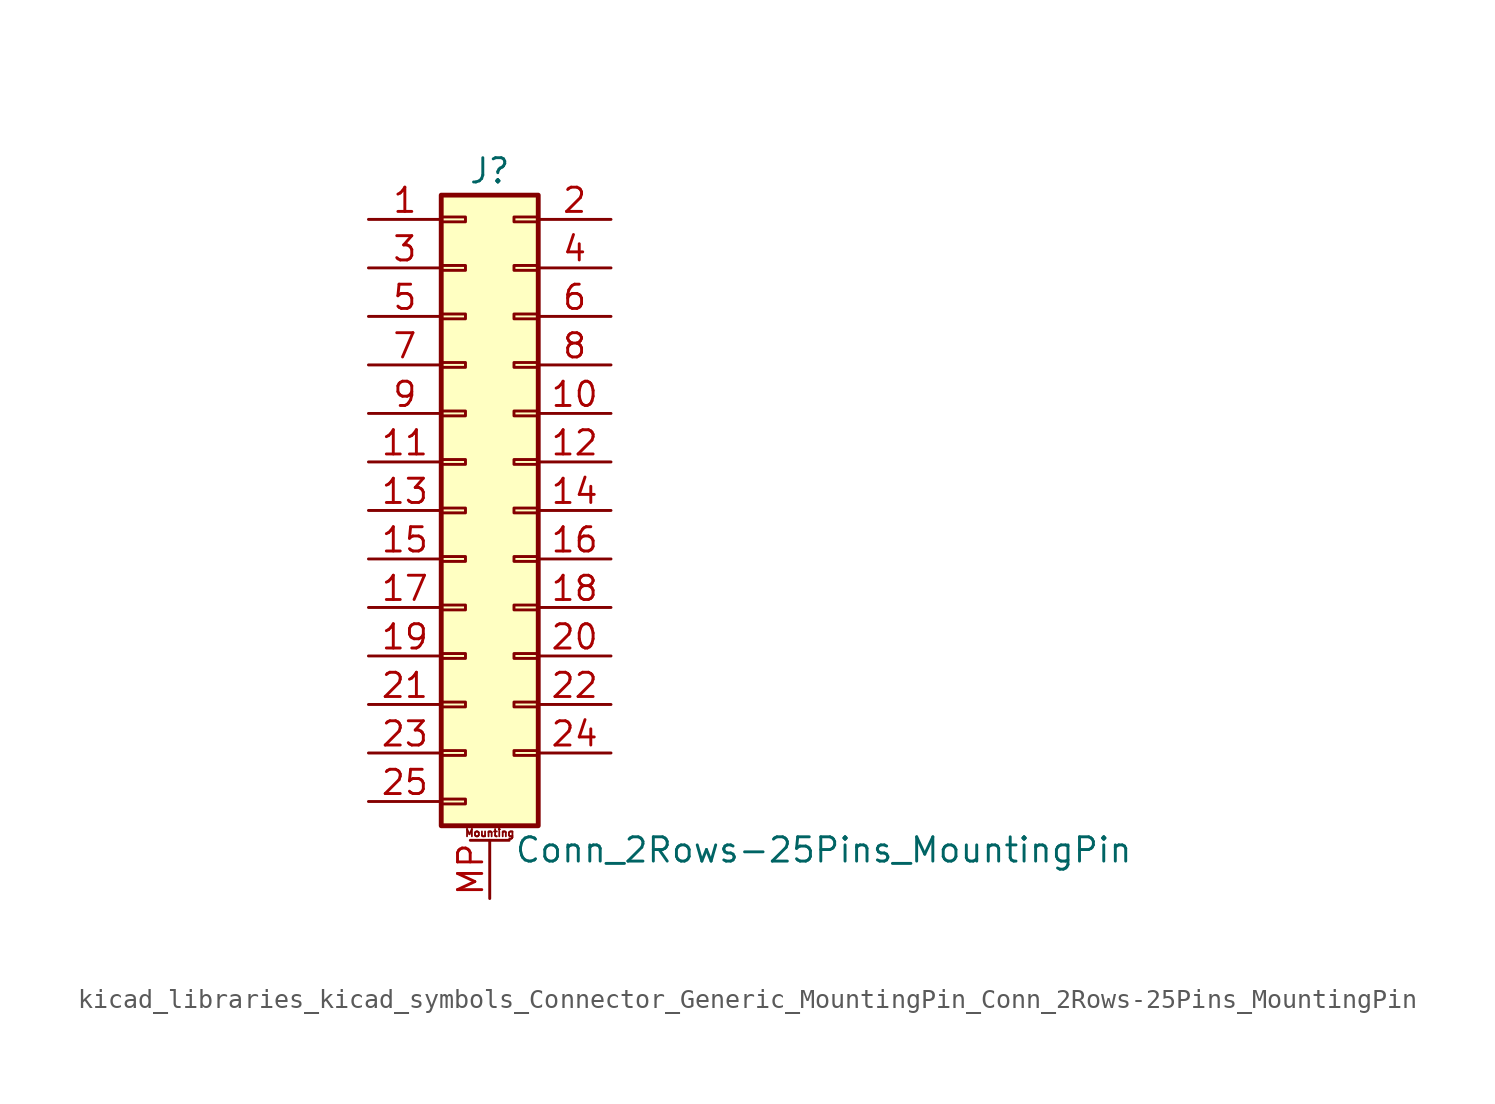
<source format=kicad_sym>
(kicad_symbol_lib
  (version 20220914)
  (generator kicad_symbol_editor)
  (symbol "kicad_libraries_kicad_symbols_Connector_Generic_MountingPin_Conn_2Rows-25Pins_MountingPin"
    (pin_names
      (offset 1.016) hide)
    (property "Reference" "J"
      (at 1.27 17.78 0)
      (effects (font (size 1.27 1.27))))
    (property "Value" "Conn_2Rows-25Pins_MountingPin"
      (at 2.54 -17.78 0)
      (effects (font (size 1.27 1.27)) (justify left)))
    (symbol "kicad_libraries_kicad_symbols_Connector_Generic_MountingPin_Conn_2Rows-25Pins_MountingPin_1_1"
      (rectangle (start -1.27 -15.113) (end 0 -15.367) (stroke (width 0.152) (type default)) (fill (type none)))
      (rectangle (start -1.27 -12.573) (end 0 -12.827) (stroke (width 0.152) (type default)) (fill (type none)))
      (rectangle (start -1.27 -10.033) (end 0 -10.287) (stroke (width 0.152) (type default)) (fill (type none)))
      (rectangle (start -1.27 -7.493) (end 0 -7.747) (stroke (width 0.152) (type default)) (fill (type none)))
      (rectangle (start -1.27 -4.953) (end 0 -5.207) (stroke (width 0.152) (type default)) (fill (type none)))
      (rectangle (start -1.27 -2.413) (end 0 -2.667) (stroke (width 0.152) (type default)) (fill (type none)))
      (rectangle (start -1.27 0.127) (end 0 -0.127) (stroke (width 0.152) (type default)) (fill (type none)))
      (rectangle (start -1.27 2.667) (end 0 2.413) (stroke (width 0.152) (type default)) (fill (type none)))
      (rectangle (start -1.27 5.207) (end 0 4.953) (stroke (width 0.152) (type default)) (fill (type none)))
      (rectangle (start -1.27 7.747) (end 0 7.493) (stroke (width 0.152) (type default)) (fill (type none)))
      (rectangle (start -1.27 10.287) (end 0 10.033) (stroke (width 0.152) (type default)) (fill (type none)))
      (rectangle (start -1.27 12.827) (end 0 12.573) (stroke (width 0.152) (type default)) (fill (type none)))
      (rectangle (start -1.27 15.367) (end 0 15.113) (stroke (width 0.152) (type default)) (fill (type none)))
      (rectangle (start -1.27 16.51) (end 3.81 -16.51) (stroke (width 0.254) (type default)) (fill (type background)))
      (polyline (pts (xy 0.254 -17.272) (xy 2.286 -17.272)) (stroke (width 0.152) (type default)) (fill (type none)))
      (rectangle (start 3.81 -12.573) (end 2.54 -12.827) (stroke (width 0.152) (type default)) (fill (type none)))
      (rectangle (start 3.81 -10.033) (end 2.54 -10.287) (stroke (width 0.152) (type default)) (fill (type none)))
      (rectangle (start 3.81 -7.493) (end 2.54 -7.747) (stroke (width 0.152) (type default)) (fill (type none)))
      (rectangle (start 3.81 -4.953) (end 2.54 -5.207) (stroke (width 0.152) (type default)) (fill (type none)))
      (rectangle (start 3.81 -2.413) (end 2.54 -2.667) (stroke (width 0.152) (type default)) (fill (type none)))
      (rectangle (start 3.81 0.127) (end 2.54 -0.127) (stroke (width 0.152) (type default)) (fill (type none)))
      (rectangle (start 3.81 2.667) (end 2.54 2.413) (stroke (width 0.152) (type default)) (fill (type none)))
      (rectangle (start 3.81 5.207) (end 2.54 4.953) (stroke (width 0.152) (type default)) (fill (type none)))
      (rectangle (start 3.81 7.747) (end 2.54 7.493) (stroke (width 0.152) (type default)) (fill (type none)))
      (rectangle (start 3.81 10.287) (end 2.54 10.033) (stroke (width 0.152) (type default)) (fill (type none)))
      (rectangle (start 3.81 12.827) (end 2.54 12.573) (stroke (width 0.152) (type default)) (fill (type none)))
      (rectangle (start 3.81 15.367) (end 2.54 15.113) (stroke (width 0.152) (type default)) (fill (type none)))
      (text "Mounting" (at 1.27 -16.891 0) (effects (font (size 0.381 0.381))))
      (pin passive line (at -5.08 15.24 0) (length 3.81) (name "Pin_1" (effects (font (size 1.27 1.27)))) (number "1" (effects (font (size 1.27 1.27)))))
      (pin passive line (at 7.62 5.08 180) (length 3.81) (name "Pin_10" (effects (font (size 1.27 1.27)))) (number "10" (effects (font (size 1.27 1.27)))))
      (pin passive line (at -5.08 2.54 0) (length 3.81) (name "Pin_11" (effects (font (size 1.27 1.27)))) (number "11" (effects (font (size 1.27 1.27)))))
      (pin passive line (at 7.62 2.54 180) (length 3.81) (name "Pin_12" (effects (font (size 1.27 1.27)))) (number "12" (effects (font (size 1.27 1.27)))))
      (pin passive line (at -5.08 0 0) (length 3.81) (name "Pin_13" (effects (font (size 1.27 1.27)))) (number "13" (effects (font (size 1.27 1.27)))))
      (pin passive line (at 7.62 0 180) (length 3.81) (name "Pin_14" (effects (font (size 1.27 1.27)))) (number "14" (effects (font (size 1.27 1.27)))))
      (pin passive line (at -5.08 -2.54 0) (length 3.81) (name "Pin_15" (effects (font (size 1.27 1.27)))) (number "15" (effects (font (size 1.27 1.27)))))
      (pin passive line (at 7.62 -2.54 180) (length 3.81) (name "Pin_16" (effects (font (size 1.27 1.27)))) (number "16" (effects (font (size 1.27 1.27)))))
      (pin passive line (at -5.08 -5.08 0) (length 3.81) (name "Pin_17" (effects (font (size 1.27 1.27)))) (number "17" (effects (font (size 1.27 1.27)))))
      (pin passive line (at 7.62 -5.08 180) (length 3.81) (name "Pin_18" (effects (font (size 1.27 1.27)))) (number "18" (effects (font (size 1.27 1.27)))))
      (pin passive line (at -5.08 -7.62 0) (length 3.81) (name "Pin_19" (effects (font (size 1.27 1.27)))) (number "19" (effects (font (size 1.27 1.27)))))
      (pin passive line (at 7.62 15.24 180) (length 3.81) (name "Pin_2" (effects (font (size 1.27 1.27)))) (number "2" (effects (font (size 1.27 1.27)))))
      (pin passive line (at 7.62 -7.62 180) (length 3.81) (name "Pin_20" (effects (font (size 1.27 1.27)))) (number "20" (effects (font (size 1.27 1.27)))))
      (pin passive line (at -5.08 -10.16 0) (length 3.81) (name "Pin_21" (effects (font (size 1.27 1.27)))) (number "21" (effects (font (size 1.27 1.27)))))
      (pin passive line (at 7.62 -10.16 180) (length 3.81) (name "Pin_22" (effects (font (size 1.27 1.27)))) (number "22" (effects (font (size 1.27 1.27)))))
      (pin passive line (at -5.08 -12.7 0) (length 3.81) (name "Pin_23" (effects (font (size 1.27 1.27)))) (number "23" (effects (font (size 1.27 1.27)))))
      (pin passive line (at 7.62 -12.7 180) (length 3.81) (name "Pin_24" (effects (font (size 1.27 1.27)))) (number "24" (effects (font (size 1.27 1.27)))))
      (pin passive line (at -5.08 -15.24 0) (length 3.81) (name "Pin_25" (effects (font (size 1.27 1.27)))) (number "25" (effects (font (size 1.27 1.27)))))
      (pin passive line (at -5.08 12.7 0) (length 3.81) (name "Pin_3" (effects (font (size 1.27 1.27)))) (number "3" (effects (font (size 1.27 1.27)))))
      (pin passive line (at 7.62 12.7 180) (length 3.81) (name "Pin_4" (effects (font (size 1.27 1.27)))) (number "4" (effects (font (size 1.27 1.27)))))
      (pin passive line (at -5.08 10.16 0) (length 3.81) (name "Pin_5" (effects (font (size 1.27 1.27)))) (number "5" (effects (font (size 1.27 1.27)))))
      (pin passive line (at 7.62 10.16 180) (length 3.81) (name "Pin_6" (effects (font (size 1.27 1.27)))) (number "6" (effects (font (size 1.27 1.27)))))
      (pin passive line (at -5.08 7.62 0) (length 3.81) (name "Pin_7" (effects (font (size 1.27 1.27)))) (number "7" (effects (font (size 1.27 1.27)))))
      (pin passive line (at 7.62 7.62 180) (length 3.81) (name "Pin_8" (effects (font (size 1.27 1.27)))) (number "8" (effects (font (size 1.27 1.27)))))
      (pin passive line (at -5.08 5.08 0) (length 3.81) (name "Pin_9" (effects (font (size 1.27 1.27)))) (number "9" (effects (font (size 1.27 1.27)))))
      (pin passive line (at 1.27 -20.32 90) (length 3.048) (name "MountPin" (effects (font (size 1.27 1.27)))) (number "MP" (effects (font (size 1.27 1.27))))))))
</source>
